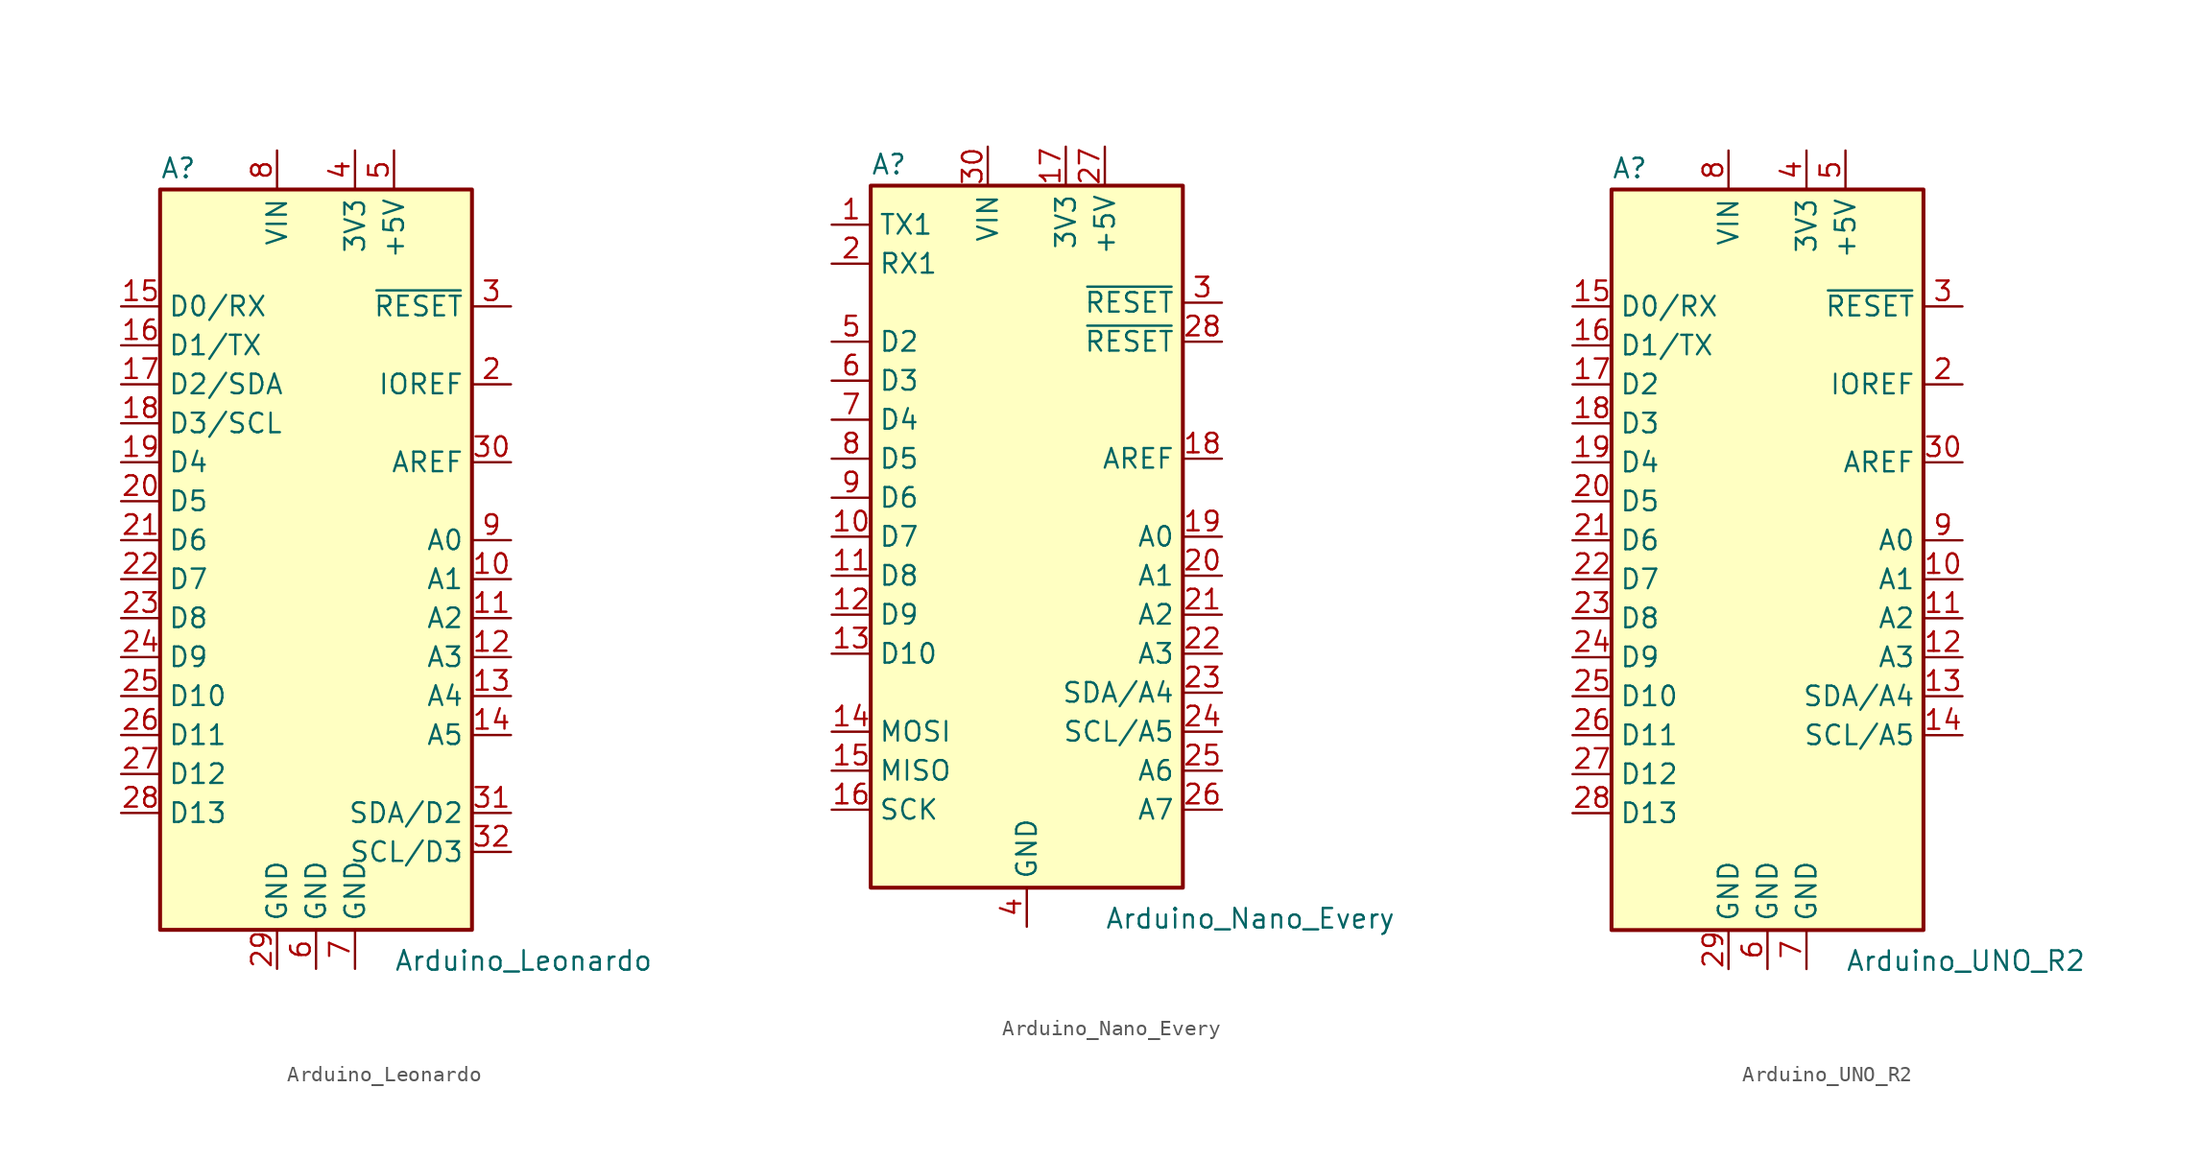
<source format=kicad_sym>
(kicad_symbol_lib
  (version 20241209)
  (generator "kicad_symbol_editor")
  (generator_version "9.0")
  (symbol "Arduino_Leonardo"
    (property "Reference" "A"
      (at -10.16 23.495 0)
      (effects (font (size 1.27 1.27)) (justify left bottom)))
    (property "Value" "Arduino_Leonardo"
      (at 5.08 -26.67 0)
      (effects (font (size 1.27 1.27)) (justify left top)))
    (symbol "Arduino_Leonardo_0_1"
      (rectangle (start -10.16 22.86) (end 10.16 -25.4) (stroke (width 0.254) (type default)) (fill (type background))))
    (symbol "Arduino_Leonardo_1_1"
      (pin bidirectional line (at -12.7 15.24 0) (length 2.54) (name "D0/RX" (effects (font (size 1.27 1.27)))) (number "15" (effects (font (size 1.27 1.27)))))
      (pin bidirectional line (at -12.7 12.7 0) (length 2.54) (name "D1/TX" (effects (font (size 1.27 1.27)))) (number "16" (effects (font (size 1.27 1.27)))))
      (pin bidirectional line (at -12.7 10.16 0) (length 2.54) (name "D2/SDA" (effects (font (size 1.27 1.27)))) (number "17" (effects (font (size 1.27 1.27)))))
      (pin bidirectional line (at -12.7 7.62 0) (length 2.54) (name "D3/SCL" (effects (font (size 1.27 1.27)))) (number "18" (effects (font (size 1.27 1.27)))))
      (pin bidirectional line (at -12.7 5.08 0) (length 2.54) (name "D4" (effects (font (size 1.27 1.27)))) (number "19" (effects (font (size 1.27 1.27)))))
      (pin bidirectional line (at -12.7 2.54 0) (length 2.54) (name "D5" (effects (font (size 1.27 1.27)))) (number "20" (effects (font (size 1.27 1.27)))))
      (pin bidirectional line (at -12.7 0 0) (length 2.54) (name "D6" (effects (font (size 1.27 1.27)))) (number "21" (effects (font (size 1.27 1.27)))))
      (pin bidirectional line (at -12.7 -2.54 0) (length 2.54) (name "D7" (effects (font (size 1.27 1.27)))) (number "22" (effects (font (size 1.27 1.27)))))
      (pin bidirectional line (at -12.7 -5.08 0) (length 2.54) (name "D8" (effects (font (size 1.27 1.27)))) (number "23" (effects (font (size 1.27 1.27)))))
      (pin bidirectional line (at -12.7 -7.62 0) (length 2.54) (name "D9" (effects (font (size 1.27 1.27)))) (number "24" (effects (font (size 1.27 1.27)))))
      (pin bidirectional line (at -12.7 -10.16 0) (length 2.54) (name "D10" (effects (font (size 1.27 1.27)))) (number "25" (effects (font (size 1.27 1.27)))))
      (pin bidirectional line (at -12.7 -12.7 0) (length 2.54) (name "D11" (effects (font (size 1.27 1.27)))) (number "26" (effects (font (size 1.27 1.27)))))
      (pin bidirectional line (at -12.7 -15.24 0) (length 2.54) (name "D12" (effects (font (size 1.27 1.27)))) (number "27" (effects (font (size 1.27 1.27)))))
      (pin bidirectional line (at -12.7 -17.78 0) (length 2.54) (name "D13" (effects (font (size 1.27 1.27)))) (number "28" (effects (font (size 1.27 1.27)))))
      (pin no_connect line (at -10.16 -20.32 0) (length 2.54) (hide yes) (name "NC" (effects (font (size 1.27 1.27)))) (number "1" (effects (font (size 1.27 1.27)))))
      (pin power_in line (at -2.54 25.4 270) (length 2.54) (name "VIN" (effects (font (size 1.27 1.27)))) (number "8" (effects (font (size 1.27 1.27)))))
      (pin power_in line (at -2.54 -27.94 90) (length 2.54) (name "GND" (effects (font (size 1.27 1.27)))) (number "29" (effects (font (size 1.27 1.27)))))
      (pin power_in line (at 0 -27.94 90) (length 2.54) (name "GND" (effects (font (size 1.27 1.27)))) (number "6" (effects (font (size 1.27 1.27)))))
      (pin power_out line (at 2.54 25.4 270) (length 2.54) (name "3V3" (effects (font (size 1.27 1.27)))) (number "4" (effects (font (size 1.27 1.27)))))
      (pin power_in line (at 2.54 -27.94 90) (length 2.54) (name "GND" (effects (font (size 1.27 1.27)))) (number "7" (effects (font (size 1.27 1.27)))))
      (pin power_out line (at 5.08 25.4 270) (length 2.54) (name "+5V" (effects (font (size 1.27 1.27)))) (number "5" (effects (font (size 1.27 1.27)))))
      (pin input line (at 12.7 15.24 180) (length 2.54) (name "~{RESET}" (effects (font (size 1.27 1.27)))) (number "3" (effects (font (size 1.27 1.27)))))
      (pin output line (at 12.7 10.16 180) (length 2.54) (name "IOREF" (effects (font (size 1.27 1.27)))) (number "2" (effects (font (size 1.27 1.27)))))
      (pin input line (at 12.7 5.08 180) (length 2.54) (name "AREF" (effects (font (size 1.27 1.27)))) (number "30" (effects (font (size 1.27 1.27)))))
      (pin bidirectional line (at 12.7 0 180) (length 2.54) (name "A0" (effects (font (size 1.27 1.27)))) (number "9" (effects (font (size 1.27 1.27)))))
      (pin bidirectional line (at 12.7 -2.54 180) (length 2.54) (name "A1" (effects (font (size 1.27 1.27)))) (number "10" (effects (font (size 1.27 1.27)))))
      (pin bidirectional line (at 12.7 -5.08 180) (length 2.54) (name "A2" (effects (font (size 1.27 1.27)))) (number "11" (effects (font (size 1.27 1.27)))))
      (pin bidirectional line (at 12.7 -7.62 180) (length 2.54) (name "A3" (effects (font (size 1.27 1.27)))) (number "12" (effects (font (size 1.27 1.27)))))
      (pin bidirectional line (at 12.7 -10.16 180) (length 2.54) (name "A4" (effects (font (size 1.27 1.27)))) (number "13" (effects (font (size 1.27 1.27)))))
      (pin bidirectional line (at 12.7 -12.7 180) (length 2.54) (name "A5" (effects (font (size 1.27 1.27)))) (number "14" (effects (font (size 1.27 1.27)))))
      (pin bidirectional line (at 12.7 -17.78 180) (length 2.54) (name "SDA/D2" (effects (font (size 1.27 1.27)))) (number "31" (effects (font (size 1.27 1.27)))))
      (pin bidirectional line (at 12.7 -20.32 180) (length 2.54) (name "SCL/D3" (effects (font (size 1.27 1.27)))) (number "32" (effects (font (size 1.27 1.27)))))))
  (symbol "Arduino_Nano_Every"
    (property "Reference" "A"
      (at -10.16 23.495 0)
      (effects (font (size 1.27 1.27)) (justify left bottom)))
    (property "Value" "Arduino_Nano_Every"
      (at 5.08 -24.13 0)
      (effects (font (size 1.27 1.27)) (justify left top)))
    (symbol "Arduino_Nano_Every_0_1"
      (rectangle (start -10.16 22.86) (end 10.16 -22.86) (stroke (width 0.254) (type default)) (fill (type background))))
    (symbol "Arduino_Nano_Every_1_1"
      (pin bidirectional line (at -12.7 20.32 0) (length 2.54) (name "TX1" (effects (font (size 1.27 1.27)))) (number "1" (effects (font (size 1.27 1.27)))))
      (pin bidirectional line (at -12.7 17.78 0) (length 2.54) (name "RX1" (effects (font (size 1.27 1.27)))) (number "2" (effects (font (size 1.27 1.27)))))
      (pin bidirectional line (at -12.7 12.7 0) (length 2.54) (name "D2" (effects (font (size 1.27 1.27)))) (number "5" (effects (font (size 1.27 1.27)))))
      (pin bidirectional line (at -12.7 10.16 0) (length 2.54) (name "D3" (effects (font (size 1.27 1.27)))) (number "6" (effects (font (size 1.27 1.27)))))
      (pin bidirectional line (at -12.7 7.62 0) (length 2.54) (name "D4" (effects (font (size 1.27 1.27)))) (number "7" (effects (font (size 1.27 1.27)))))
      (pin bidirectional line (at -12.7 5.08 0) (length 2.54) (name "D5" (effects (font (size 1.27 1.27)))) (number "8" (effects (font (size 1.27 1.27)))))
      (pin bidirectional line (at -12.7 2.54 0) (length 2.54) (name "D6" (effects (font (size 1.27 1.27)))) (number "9" (effects (font (size 1.27 1.27)))))
      (pin bidirectional line (at -12.7 0 0) (length 2.54) (name "D7" (effects (font (size 1.27 1.27)))) (number "10" (effects (font (size 1.27 1.27)))))
      (pin bidirectional line (at -12.7 -2.54 0) (length 2.54) (name "D8" (effects (font (size 1.27 1.27)))) (number "11" (effects (font (size 1.27 1.27)))))
      (pin bidirectional line (at -12.7 -5.08 0) (length 2.54) (name "D9" (effects (font (size 1.27 1.27)))) (number "12" (effects (font (size 1.27 1.27)))))
      (pin bidirectional line (at -12.7 -7.62 0) (length 2.54) (name "D10" (effects (font (size 1.27 1.27)))) (number "13" (effects (font (size 1.27 1.27)))))
      (pin bidirectional line (at -12.7 -12.7 0) (length 2.54) (name "MOSI" (effects (font (size 1.27 1.27)))) (number "14" (effects (font (size 1.27 1.27)))))
      (pin bidirectional line (at -12.7 -15.24 0) (length 2.54) (name "MISO" (effects (font (size 1.27 1.27)))) (number "15" (effects (font (size 1.27 1.27)))))
      (pin bidirectional line (at -12.7 -17.78 0) (length 2.54) (name "SCK" (effects (font (size 1.27 1.27)))) (number "16" (effects (font (size 1.27 1.27)))))
      (pin power_in line (at -2.54 25.4 270) (length 2.54) (name "VIN" (effects (font (size 1.27 1.27)))) (number "30" (effects (font (size 1.27 1.27)))))
      (pin passive line (at 0 -25.4 90) (length 2.54) (hide yes) (name "GND" (effects (font (size 1.27 1.27)))) (number "29" (effects (font (size 1.27 1.27)))))
      (pin power_in line (at 0 -25.4 90) (length 2.54) (name "GND" (effects (font (size 1.27 1.27)))) (number "4" (effects (font (size 1.27 1.27)))))
      (pin power_out line (at 2.54 25.4 270) (length 2.54) (name "3V3" (effects (font (size 1.27 1.27)))) (number "17" (effects (font (size 1.27 1.27)))))
      (pin power_out line (at 5.08 25.4 270) (length 2.54) (name "+5V" (effects (font (size 1.27 1.27)))) (number "27" (effects (font (size 1.27 1.27)))))
      (pin input line (at 12.7 15.24 180) (length 2.54) (name "~{RESET}" (effects (font (size 1.27 1.27)))) (number "3" (effects (font (size 1.27 1.27)))))
      (pin input line (at 12.7 12.7 180) (length 2.54) (name "~{RESET}" (effects (font (size 1.27 1.27)))) (number "28" (effects (font (size 1.27 1.27)))))
      (pin input line (at 12.7 5.08 180) (length 2.54) (name "AREF" (effects (font (size 1.27 1.27)))) (number "18" (effects (font (size 1.27 1.27)))))
      (pin bidirectional line (at 12.7 0 180) (length 2.54) (name "A0" (effects (font (size 1.27 1.27)))) (number "19" (effects (font (size 1.27 1.27)))))
      (pin bidirectional line (at 12.7 -2.54 180) (length 2.54) (name "A1" (effects (font (size 1.27 1.27)))) (number "20" (effects (font (size 1.27 1.27)))))
      (pin bidirectional line (at 12.7 -5.08 180) (length 2.54) (name "A2" (effects (font (size 1.27 1.27)))) (number "21" (effects (font (size 1.27 1.27)))))
      (pin bidirectional line (at 12.7 -7.62 180) (length 2.54) (name "A3" (effects (font (size 1.27 1.27)))) (number "22" (effects (font (size 1.27 1.27)))))
      (pin bidirectional line (at 12.7 -10.16 180) (length 2.54) (name "SDA/A4" (effects (font (size 1.27 1.27)))) (number "23" (effects (font (size 1.27 1.27)))))
      (pin bidirectional line (at 12.7 -12.7 180) (length 2.54) (name "SCL/A5" (effects (font (size 1.27 1.27)))) (number "24" (effects (font (size 1.27 1.27)))))
      (pin bidirectional line (at 12.7 -15.24 180) (length 2.54) (name "A6" (effects (font (size 1.27 1.27)))) (number "25" (effects (font (size 1.27 1.27)))))
      (pin bidirectional line (at 12.7 -17.78 180) (length 2.54) (name "A7" (effects (font (size 1.27 1.27)))) (number "26" (effects (font (size 1.27 1.27)))))))
  (symbol "Arduino_UNO_R2"
    (property "Reference" "A"
      (at -10.16 23.495 0)
      (effects (font (size 1.27 1.27)) (justify left bottom)))
    (property "Value" "Arduino_UNO_R2"
      (at 5.08 -26.67 0)
      (effects (font (size 1.27 1.27)) (justify left top)))
    (symbol "Arduino_UNO_R2_0_1"
      (rectangle (start -10.16 22.86) (end 10.16 -25.4) (stroke (width 0.254) (type default)) (fill (type background))))
    (symbol "Arduino_UNO_R2_1_1"
      (pin bidirectional line (at -12.7 15.24 0) (length 2.54) (name "D0/RX" (effects (font (size 1.27 1.27)))) (number "15" (effects (font (size 1.27 1.27)))))
      (pin bidirectional line (at -12.7 12.7 0) (length 2.54) (name "D1/TX" (effects (font (size 1.27 1.27)))) (number "16" (effects (font (size 1.27 1.27)))))
      (pin bidirectional line (at -12.7 10.16 0) (length 2.54) (name "D2" (effects (font (size 1.27 1.27)))) (number "17" (effects (font (size 1.27 1.27)))))
      (pin bidirectional line (at -12.7 7.62 0) (length 2.54) (name "D3" (effects (font (size 1.27 1.27)))) (number "18" (effects (font (size 1.27 1.27)))))
      (pin bidirectional line (at -12.7 5.08 0) (length 2.54) (name "D4" (effects (font (size 1.27 1.27)))) (number "19" (effects (font (size 1.27 1.27)))))
      (pin bidirectional line (at -12.7 2.54 0) (length 2.54) (name "D5" (effects (font (size 1.27 1.27)))) (number "20" (effects (font (size 1.27 1.27)))))
      (pin bidirectional line (at -12.7 0 0) (length 2.54) (name "D6" (effects (font (size 1.27 1.27)))) (number "21" (effects (font (size 1.27 1.27)))))
      (pin bidirectional line (at -12.7 -2.54 0) (length 2.54) (name "D7" (effects (font (size 1.27 1.27)))) (number "22" (effects (font (size 1.27 1.27)))))
      (pin bidirectional line (at -12.7 -5.08 0) (length 2.54) (name "D8" (effects (font (size 1.27 1.27)))) (number "23" (effects (font (size 1.27 1.27)))))
      (pin bidirectional line (at -12.7 -7.62 0) (length 2.54) (name "D9" (effects (font (size 1.27 1.27)))) (number "24" (effects (font (size 1.27 1.27)))))
      (pin bidirectional line (at -12.7 -10.16 0) (length 2.54) (name "D10" (effects (font (size 1.27 1.27)))) (number "25" (effects (font (size 1.27 1.27)))))
      (pin bidirectional line (at -12.7 -12.7 0) (length 2.54) (name "D11" (effects (font (size 1.27 1.27)))) (number "26" (effects (font (size 1.27 1.27)))))
      (pin bidirectional line (at -12.7 -15.24 0) (length 2.54) (name "D12" (effects (font (size 1.27 1.27)))) (number "27" (effects (font (size 1.27 1.27)))))
      (pin bidirectional line (at -12.7 -17.78 0) (length 2.54) (name "D13" (effects (font (size 1.27 1.27)))) (number "28" (effects (font (size 1.27 1.27)))))
      (pin no_connect line (at -10.16 -20.32 0) (length 2.54) (hide yes) (name "NC" (effects (font (size 1.27 1.27)))) (number "1" (effects (font (size 1.27 1.27)))))
      (pin power_in line (at -2.54 25.4 270) (length 2.54) (name "VIN" (effects (font (size 1.27 1.27)))) (number "8" (effects (font (size 1.27 1.27)))))
      (pin power_in line (at -2.54 -27.94 90) (length 2.54) (name "GND" (effects (font (size 1.27 1.27)))) (number "29" (effects (font (size 1.27 1.27)))))
      (pin power_in line (at 0 -27.94 90) (length 2.54) (name "GND" (effects (font (size 1.27 1.27)))) (number "6" (effects (font (size 1.27 1.27)))))
      (pin power_out line (at 2.54 25.4 270) (length 2.54) (name "3V3" (effects (font (size 1.27 1.27)))) (number "4" (effects (font (size 1.27 1.27)))))
      (pin power_in line (at 2.54 -27.94 90) (length 2.54) (name "GND" (effects (font (size 1.27 1.27)))) (number "7" (effects (font (size 1.27 1.27)))))
      (pin power_out line (at 5.08 25.4 270) (length 2.54) (name "+5V" (effects (font (size 1.27 1.27)))) (number "5" (effects (font (size 1.27 1.27)))))
      (pin input line (at 12.7 15.24 180) (length 2.54) (name "~{RESET}" (effects (font (size 1.27 1.27)))) (number "3" (effects (font (size 1.27 1.27)))))
      (pin output line (at 12.7 10.16 180) (length 2.54) (name "IOREF" (effects (font (size 1.27 1.27)))) (number "2" (effects (font (size 1.27 1.27)))))
      (pin input line (at 12.7 5.08 180) (length 2.54) (name "AREF" (effects (font (size 1.27 1.27)))) (number "30" (effects (font (size 1.27 1.27)))))
      (pin bidirectional line (at 12.7 0 180) (length 2.54) (name "A0" (effects (font (size 1.27 1.27)))) (number "9" (effects (font (size 1.27 1.27)))))
      (pin bidirectional line (at 12.7 -2.54 180) (length 2.54) (name "A1" (effects (font (size 1.27 1.27)))) (number "10" (effects (font (size 1.27 1.27)))))
      (pin bidirectional line (at 12.7 -5.08 180) (length 2.54) (name "A2" (effects (font (size 1.27 1.27)))) (number "11" (effects (font (size 1.27 1.27)))))
      (pin bidirectional line (at 12.7 -7.62 180) (length 2.54) (name "A3" (effects (font (size 1.27 1.27)))) (number "12" (effects (font (size 1.27 1.27)))))
      (pin bidirectional line (at 12.7 -10.16 180) (length 2.54) (name "SDA/A4" (effects (font (size 1.27 1.27)))) (number "13" (effects (font (size 1.27 1.27)))))
      (pin bidirectional line (at 12.7 -12.7 180) (length 2.54) (name "SCL/A5" (effects (font (size 1.27 1.27)))) (number "14" (effects (font (size 1.27 1.27))))))))
</source>
